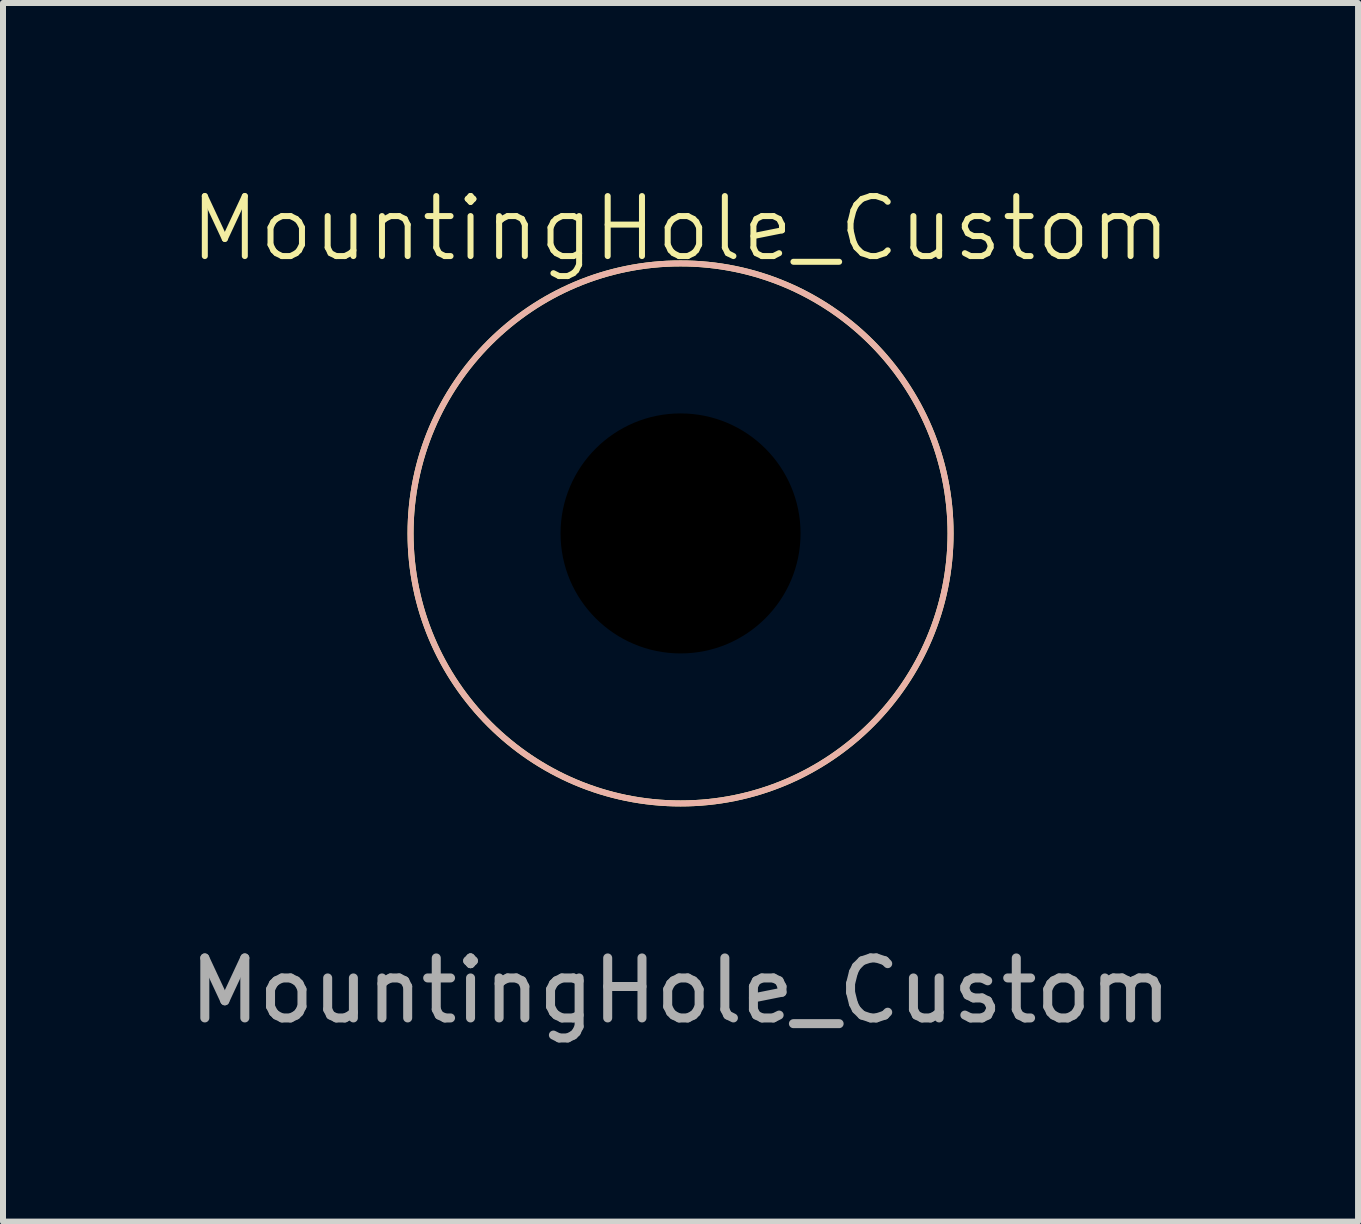
<source format=kicad_pcb>
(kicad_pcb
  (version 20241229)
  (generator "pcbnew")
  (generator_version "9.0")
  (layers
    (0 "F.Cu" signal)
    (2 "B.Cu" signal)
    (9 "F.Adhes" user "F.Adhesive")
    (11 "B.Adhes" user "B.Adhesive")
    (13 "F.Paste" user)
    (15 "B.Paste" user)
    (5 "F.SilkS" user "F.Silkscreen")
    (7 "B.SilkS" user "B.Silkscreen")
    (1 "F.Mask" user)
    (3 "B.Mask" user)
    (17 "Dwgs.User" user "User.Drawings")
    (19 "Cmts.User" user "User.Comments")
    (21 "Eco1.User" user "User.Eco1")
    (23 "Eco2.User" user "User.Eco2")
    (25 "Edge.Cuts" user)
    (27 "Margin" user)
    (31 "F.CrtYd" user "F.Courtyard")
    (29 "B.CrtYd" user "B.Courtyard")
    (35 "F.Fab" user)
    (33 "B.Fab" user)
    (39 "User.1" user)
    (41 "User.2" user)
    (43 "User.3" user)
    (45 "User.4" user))
  (footprint "MountingHole_Custom"
    (layer "F.Cu")
    (at 8.292 5.84)
    (property "Reference" "MountingHole_Custom" (at 0 -5.08 0) (unlocked yes) (layer "F.SilkS") (effects (font (size 1 1) (thickness 0.1))))
    (fp_circle (center 0 0) (end 0 -4.5) (stroke (width 0.1) (type default)) (fill no) (layer "F.SilkS"))
    (fp_circle (center 0 0) (end 0 -4.5) (stroke (width 0.1) (type default)) (fill no) (layer "B.SilkS"))
    (fp_circle (center 0 0) (end 4.6 0) (stroke (width 0.05) (type solid)) (fill no) (layer "Margin"))
    (fp_text user "${REFERENCE}" (at 0 7.62 0) (unlocked yes) (layer "F.Fab") (effects (font (size 1 1) (thickness 0.15))))
    (pad "" np_thru_hole circle (at 0 0) (size 9 9) (drill 4) (layers "*.Mask")))
  (gr_rect
    (start -3 -3)
    (end 19.583 17.309)
    (stroke (width 0.1) (type default))
    (fill no)
    (layer "Edge.Cuts")))
</source>
